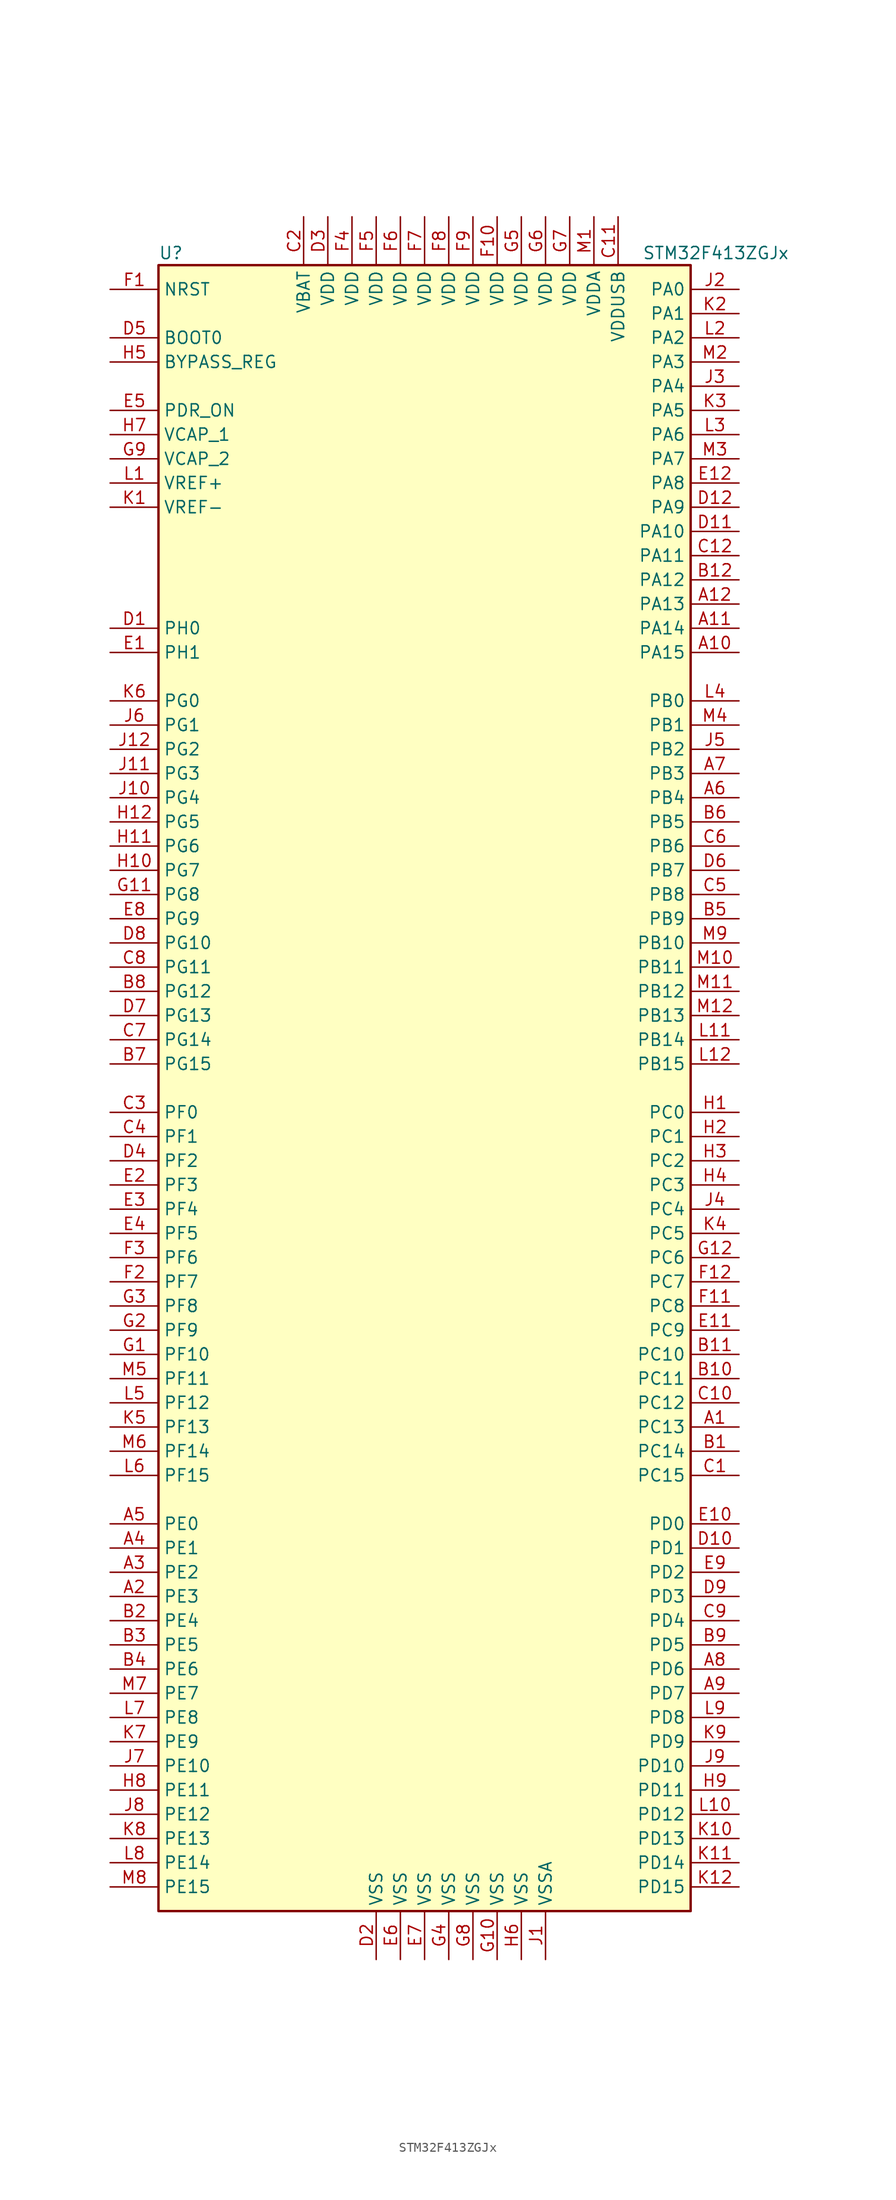
<source format=kicad_sym>
(kicad_symbol_lib
  (version 20201005)
  (generator kicad_symbol_editor)
  (symbol "STM32F413ZGJx"
    (property "Reference" "U"
      (at -27.94 87.63 0)
      (effects (font (size 1.27 1.27)) (justify left)))
    (property "Value" "STM32F413ZGJx"
      (at 22.86 87.63 0)
      (effects (font (size 1.27 1.27)) (justify left)))
    (symbol "STM32F413ZGJx_0_1"
      (rectangle (start -27.94 -86.36) (end 27.94 86.36) (stroke (width 0.254)) (fill (type background))))
    (symbol "STM32F413ZGJx_1_1"
      (pin bidirectional line (at 33.02 -35.56 180) (length 5.08) (name "PC13" (effects (font (size 1.27 1.27)))) (number "A1" (effects (font (size 1.27 1.27)))))
      (pin bidirectional line (at 33.02 45.72 180) (length 5.08) (name "PA15" (effects (font (size 1.27 1.27)))) (number "A10" (effects (font (size 1.27 1.27)))))
      (pin bidirectional line (at 33.02 48.26 180) (length 5.08) (name "PA14" (effects (font (size 1.27 1.27)))) (number "A11" (effects (font (size 1.27 1.27)))))
      (pin bidirectional line (at 33.02 50.8 180) (length 5.08) (name "PA13" (effects (font (size 1.27 1.27)))) (number "A12" (effects (font (size 1.27 1.27)))))
      (pin bidirectional line (at -33.02 -53.34 0) (length 5.08) (name "PE3" (effects (font (size 1.27 1.27)))) (number "A2" (effects (font (size 1.27 1.27)))))
      (pin bidirectional line (at -33.02 -50.8 0) (length 5.08) (name "PE2" (effects (font (size 1.27 1.27)))) (number "A3" (effects (font (size 1.27 1.27)))))
      (pin bidirectional line (at -33.02 -48.26 0) (length 5.08) (name "PE1" (effects (font (size 1.27 1.27)))) (number "A4" (effects (font (size 1.27 1.27)))))
      (pin bidirectional line (at -33.02 -45.72 0) (length 5.08) (name "PE0" (effects (font (size 1.27 1.27)))) (number "A5" (effects (font (size 1.27 1.27)))))
      (pin bidirectional line (at 33.02 30.48 180) (length 5.08) (name "PB4" (effects (font (size 1.27 1.27)))) (number "A6" (effects (font (size 1.27 1.27)))))
      (pin bidirectional line (at 33.02 33.02 180) (length 5.08) (name "PB3" (effects (font (size 1.27 1.27)))) (number "A7" (effects (font (size 1.27 1.27)))))
      (pin bidirectional line (at 33.02 -60.96 180) (length 5.08) (name "PD6" (effects (font (size 1.27 1.27)))) (number "A8" (effects (font (size 1.27 1.27)))))
      (pin bidirectional line (at 33.02 -63.5 180) (length 5.08) (name "PD7" (effects (font (size 1.27 1.27)))) (number "A9" (effects (font (size 1.27 1.27)))))
      (pin bidirectional line (at 33.02 -38.1 180) (length 5.08) (name "PC14" (effects (font (size 1.27 1.27)))) (number "B1" (effects (font (size 1.27 1.27)))))
      (pin bidirectional line (at 33.02 -30.48 180) (length 5.08) (name "PC11" (effects (font (size 1.27 1.27)))) (number "B10" (effects (font (size 1.27 1.27)))))
      (pin bidirectional line (at 33.02 -27.94 180) (length 5.08) (name "PC10" (effects (font (size 1.27 1.27)))) (number "B11" (effects (font (size 1.27 1.27)))))
      (pin bidirectional line (at 33.02 53.34 180) (length 5.08) (name "PA12" (effects (font (size 1.27 1.27)))) (number "B12" (effects (font (size 1.27 1.27)))))
      (pin bidirectional line (at -33.02 -55.88 0) (length 5.08) (name "PE4" (effects (font (size 1.27 1.27)))) (number "B2" (effects (font (size 1.27 1.27)))))
      (pin bidirectional line (at -33.02 -58.42 0) (length 5.08) (name "PE5" (effects (font (size 1.27 1.27)))) (number "B3" (effects (font (size 1.27 1.27)))))
      (pin bidirectional line (at -33.02 -60.96 0) (length 5.08) (name "PE6" (effects (font (size 1.27 1.27)))) (number "B4" (effects (font (size 1.27 1.27)))))
      (pin bidirectional line (at 33.02 17.78 180) (length 5.08) (name "PB9" (effects (font (size 1.27 1.27)))) (number "B5" (effects (font (size 1.27 1.27)))))
      (pin bidirectional line (at 33.02 27.94 180) (length 5.08) (name "PB5" (effects (font (size 1.27 1.27)))) (number "B6" (effects (font (size 1.27 1.27)))))
      (pin bidirectional line (at -33.02 2.54 0) (length 5.08) (name "PG15" (effects (font (size 1.27 1.27)))) (number "B7" (effects (font (size 1.27 1.27)))))
      (pin bidirectional line (at -33.02 10.16 0) (length 5.08) (name "PG12" (effects (font (size 1.27 1.27)))) (number "B8" (effects (font (size 1.27 1.27)))))
      (pin bidirectional line (at 33.02 -58.42 180) (length 5.08) (name "PD5" (effects (font (size 1.27 1.27)))) (number "B9" (effects (font (size 1.27 1.27)))))
      (pin bidirectional line (at 33.02 -40.64 180) (length 5.08) (name "PC15" (effects (font (size 1.27 1.27)))) (number "C1" (effects (font (size 1.27 1.27)))))
      (pin bidirectional line (at 33.02 -33.02 180) (length 5.08) (name "PC12" (effects (font (size 1.27 1.27)))) (number "C10" (effects (font (size 1.27 1.27)))))
      (pin power_in line (at 20.32 91.44 270) (length 5.08) (name "VDDUSB" (effects (font (size 1.27 1.27)))) (number "C11" (effects (font (size 1.27 1.27)))))
      (pin bidirectional line (at 33.02 55.88 180) (length 5.08) (name "PA11" (effects (font (size 1.27 1.27)))) (number "C12" (effects (font (size 1.27 1.27)))))
      (pin power_in line (at -12.7 91.44 270) (length 5.08) (name "VBAT" (effects (font (size 1.27 1.27)))) (number "C2" (effects (font (size 1.27 1.27)))))
      (pin bidirectional line (at -33.02 -2.54 0) (length 5.08) (name "PF0" (effects (font (size 1.27 1.27)))) (number "C3" (effects (font (size 1.27 1.27)))))
      (pin bidirectional line (at -33.02 -5.08 0) (length 5.08) (name "PF1" (effects (font (size 1.27 1.27)))) (number "C4" (effects (font (size 1.27 1.27)))))
      (pin bidirectional line (at 33.02 20.32 180) (length 5.08) (name "PB8" (effects (font (size 1.27 1.27)))) (number "C5" (effects (font (size 1.27 1.27)))))
      (pin bidirectional line (at 33.02 25.4 180) (length 5.08) (name "PB6" (effects (font (size 1.27 1.27)))) (number "C6" (effects (font (size 1.27 1.27)))))
      (pin bidirectional line (at -33.02 5.08 0) (length 5.08) (name "PG14" (effects (font (size 1.27 1.27)))) (number "C7" (effects (font (size 1.27 1.27)))))
      (pin bidirectional line (at -33.02 12.7 0) (length 5.08) (name "PG11" (effects (font (size 1.27 1.27)))) (number "C8" (effects (font (size 1.27 1.27)))))
      (pin bidirectional line (at 33.02 -55.88 180) (length 5.08) (name "PD4" (effects (font (size 1.27 1.27)))) (number "C9" (effects (font (size 1.27 1.27)))))
      (pin input line (at -33.02 48.26 0) (length 5.08) (name "PH0" (effects (font (size 1.27 1.27)))) (number "D1" (effects (font (size 1.27 1.27)))))
      (pin bidirectional line (at 33.02 -48.26 180) (length 5.08) (name "PD1" (effects (font (size 1.27 1.27)))) (number "D10" (effects (font (size 1.27 1.27)))))
      (pin bidirectional line (at 33.02 58.42 180) (length 5.08) (name "PA10" (effects (font (size 1.27 1.27)))) (number "D11" (effects (font (size 1.27 1.27)))))
      (pin bidirectional line (at 33.02 60.96 180) (length 5.08) (name "PA9" (effects (font (size 1.27 1.27)))) (number "D12" (effects (font (size 1.27 1.27)))))
      (pin power_in line (at -5.08 -91.44 90) (length 5.08) (name "VSS" (effects (font (size 1.27 1.27)))) (number "D2" (effects (font (size 1.27 1.27)))))
      (pin power_in line (at -10.16 91.44 270) (length 5.08) (name "VDD" (effects (font (size 1.27 1.27)))) (number "D3" (effects (font (size 1.27 1.27)))))
      (pin bidirectional line (at -33.02 -7.62 0) (length 5.08) (name "PF2" (effects (font (size 1.27 1.27)))) (number "D4" (effects (font (size 1.27 1.27)))))
      (pin input line (at -33.02 78.74 0) (length 5.08) (name "BOOT0" (effects (font (size 1.27 1.27)))) (number "D5" (effects (font (size 1.27 1.27)))))
      (pin bidirectional line (at 33.02 22.86 180) (length 5.08) (name "PB7" (effects (font (size 1.27 1.27)))) (number "D6" (effects (font (size 1.27 1.27)))))
      (pin bidirectional line (at -33.02 7.62 0) (length 5.08) (name "PG13" (effects (font (size 1.27 1.27)))) (number "D7" (effects (font (size 1.27 1.27)))))
      (pin bidirectional line (at -33.02 15.24 0) (length 5.08) (name "PG10" (effects (font (size 1.27 1.27)))) (number "D8" (effects (font (size 1.27 1.27)))))
      (pin bidirectional line (at 33.02 -53.34 180) (length 5.08) (name "PD3" (effects (font (size 1.27 1.27)))) (number "D9" (effects (font (size 1.27 1.27)))))
      (pin input line (at -33.02 45.72 0) (length 5.08) (name "PH1" (effects (font (size 1.27 1.27)))) (number "E1" (effects (font (size 1.27 1.27)))))
      (pin bidirectional line (at 33.02 -45.72 180) (length 5.08) (name "PD0" (effects (font (size 1.27 1.27)))) (number "E10" (effects (font (size 1.27 1.27)))))
      (pin bidirectional line (at 33.02 -25.4 180) (length 5.08) (name "PC9" (effects (font (size 1.27 1.27)))) (number "E11" (effects (font (size 1.27 1.27)))))
      (pin bidirectional line (at 33.02 63.5 180) (length 5.08) (name "PA8" (effects (font (size 1.27 1.27)))) (number "E12" (effects (font (size 1.27 1.27)))))
      (pin bidirectional line (at -33.02 -10.16 0) (length 5.08) (name "PF3" (effects (font (size 1.27 1.27)))) (number "E2" (effects (font (size 1.27 1.27)))))
      (pin bidirectional line (at -33.02 -12.7 0) (length 5.08) (name "PF4" (effects (font (size 1.27 1.27)))) (number "E3" (effects (font (size 1.27 1.27)))))
      (pin bidirectional line (at -33.02 -15.24 0) (length 5.08) (name "PF5" (effects (font (size 1.27 1.27)))) (number "E4" (effects (font (size 1.27 1.27)))))
      (pin power_in line (at -33.02 71.12 0) (length 5.08) (name "PDR_ON" (effects (font (size 1.27 1.27)))) (number "E5" (effects (font (size 1.27 1.27)))))
      (pin power_in line (at -2.54 -91.44 90) (length 5.08) (name "VSS" (effects (font (size 1.27 1.27)))) (number "E6" (effects (font (size 1.27 1.27)))))
      (pin power_in line (at 0 -91.44 90) (length 5.08) (name "VSS" (effects (font (size 1.27 1.27)))) (number "E7" (effects (font (size 1.27 1.27)))))
      (pin bidirectional line (at -33.02 17.78 0) (length 5.08) (name "PG9" (effects (font (size 1.27 1.27)))) (number "E8" (effects (font (size 1.27 1.27)))))
      (pin bidirectional line (at 33.02 -50.8 180) (length 5.08) (name "PD2" (effects (font (size 1.27 1.27)))) (number "E9" (effects (font (size 1.27 1.27)))))
      (pin input line (at -33.02 83.82 0) (length 5.08) (name "NRST" (effects (font (size 1.27 1.27)))) (number "F1" (effects (font (size 1.27 1.27)))))
      (pin power_in line (at 7.62 91.44 270) (length 5.08) (name "VDD" (effects (font (size 1.27 1.27)))) (number "F10" (effects (font (size 1.27 1.27)))))
      (pin bidirectional line (at 33.02 -22.86 180) (length 5.08) (name "PC8" (effects (font (size 1.27 1.27)))) (number "F11" (effects (font (size 1.27 1.27)))))
      (pin bidirectional line (at 33.02 -20.32 180) (length 5.08) (name "PC7" (effects (font (size 1.27 1.27)))) (number "F12" (effects (font (size 1.27 1.27)))))
      (pin bidirectional line (at -33.02 -20.32 0) (length 5.08) (name "PF7" (effects (font (size 1.27 1.27)))) (number "F2" (effects (font (size 1.27 1.27)))))
      (pin bidirectional line (at -33.02 -17.78 0) (length 5.08) (name "PF6" (effects (font (size 1.27 1.27)))) (number "F3" (effects (font (size 1.27 1.27)))))
      (pin power_in line (at -7.62 91.44 270) (length 5.08) (name "VDD" (effects (font (size 1.27 1.27)))) (number "F4" (effects (font (size 1.27 1.27)))))
      (pin power_in line (at -5.08 91.44 270) (length 5.08) (name "VDD" (effects (font (size 1.27 1.27)))) (number "F5" (effects (font (size 1.27 1.27)))))
      (pin power_in line (at -2.54 91.44 270) (length 5.08) (name "VDD" (effects (font (size 1.27 1.27)))) (number "F6" (effects (font (size 1.27 1.27)))))
      (pin power_in line (at 0 91.44 270) (length 5.08) (name "VDD" (effects (font (size 1.27 1.27)))) (number "F7" (effects (font (size 1.27 1.27)))))
      (pin power_in line (at 2.54 91.44 270) (length 5.08) (name "VDD" (effects (font (size 1.27 1.27)))) (number "F8" (effects (font (size 1.27 1.27)))))
      (pin power_in line (at 5.08 91.44 270) (length 5.08) (name "VDD" (effects (font (size 1.27 1.27)))) (number "F9" (effects (font (size 1.27 1.27)))))
      (pin bidirectional line (at -33.02 -27.94 0) (length 5.08) (name "PF10" (effects (font (size 1.27 1.27)))) (number "G1" (effects (font (size 1.27 1.27)))))
      (pin power_in line (at 7.62 -91.44 90) (length 5.08) (name "VSS" (effects (font (size 1.27 1.27)))) (number "G10" (effects (font (size 1.27 1.27)))))
      (pin bidirectional line (at -33.02 20.32 0) (length 5.08) (name "PG8" (effects (font (size 1.27 1.27)))) (number "G11" (effects (font (size 1.27 1.27)))))
      (pin bidirectional line (at 33.02 -17.78 180) (length 5.08) (name "PC6" (effects (font (size 1.27 1.27)))) (number "G12" (effects (font (size 1.27 1.27)))))
      (pin bidirectional line (at -33.02 -25.4 0) (length 5.08) (name "PF9" (effects (font (size 1.27 1.27)))) (number "G2" (effects (font (size 1.27 1.27)))))
      (pin bidirectional line (at -33.02 -22.86 0) (length 5.08) (name "PF8" (effects (font (size 1.27 1.27)))) (number "G3" (effects (font (size 1.27 1.27)))))
      (pin power_in line (at 2.54 -91.44 90) (length 5.08) (name "VSS" (effects (font (size 1.27 1.27)))) (number "G4" (effects (font (size 1.27 1.27)))))
      (pin power_in line (at 10.16 91.44 270) (length 5.08) (name "VDD" (effects (font (size 1.27 1.27)))) (number "G5" (effects (font (size 1.27 1.27)))))
      (pin power_in line (at 12.7 91.44 270) (length 5.08) (name "VDD" (effects (font (size 1.27 1.27)))) (number "G6" (effects (font (size 1.27 1.27)))))
      (pin power_in line (at 15.24 91.44 270) (length 5.08) (name "VDD" (effects (font (size 1.27 1.27)))) (number "G7" (effects (font (size 1.27 1.27)))))
      (pin power_in line (at 5.08 -91.44 90) (length 5.08) (name "VSS" (effects (font (size 1.27 1.27)))) (number "G8" (effects (font (size 1.27 1.27)))))
      (pin power_in line (at -33.02 66.04 0) (length 5.08) (name "VCAP_2" (effects (font (size 1.27 1.27)))) (number "G9" (effects (font (size 1.27 1.27)))))
      (pin bidirectional line (at 33.02 -2.54 180) (length 5.08) (name "PC0" (effects (font (size 1.27 1.27)))) (number "H1" (effects (font (size 1.27 1.27)))))
      (pin bidirectional line (at -33.02 22.86 0) (length 5.08) (name "PG7" (effects (font (size 1.27 1.27)))) (number "H10" (effects (font (size 1.27 1.27)))))
      (pin bidirectional line (at -33.02 25.4 0) (length 5.08) (name "PG6" (effects (font (size 1.27 1.27)))) (number "H11" (effects (font (size 1.27 1.27)))))
      (pin bidirectional line (at -33.02 27.94 0) (length 5.08) (name "PG5" (effects (font (size 1.27 1.27)))) (number "H12" (effects (font (size 1.27 1.27)))))
      (pin bidirectional line (at 33.02 -5.08 180) (length 5.08) (name "PC1" (effects (font (size 1.27 1.27)))) (number "H2" (effects (font (size 1.27 1.27)))))
      (pin bidirectional line (at 33.02 -7.62 180) (length 5.08) (name "PC2" (effects (font (size 1.27 1.27)))) (number "H3" (effects (font (size 1.27 1.27)))))
      (pin bidirectional line (at 33.02 -10.16 180) (length 5.08) (name "PC3" (effects (font (size 1.27 1.27)))) (number "H4" (effects (font (size 1.27 1.27)))))
      (pin input line (at -33.02 76.2 0) (length 5.08) (name "BYPASS_REG" (effects (font (size 1.27 1.27)))) (number "H5" (effects (font (size 1.27 1.27)))))
      (pin power_in line (at 10.16 -91.44 90) (length 5.08) (name "VSS" (effects (font (size 1.27 1.27)))) (number "H6" (effects (font (size 1.27 1.27)))))
      (pin power_in line (at -33.02 68.58 0) (length 5.08) (name "VCAP_1" (effects (font (size 1.27 1.27)))) (number "H7" (effects (font (size 1.27 1.27)))))
      (pin bidirectional line (at -33.02 -73.66 0) (length 5.08) (name "PE11" (effects (font (size 1.27 1.27)))) (number "H8" (effects (font (size 1.27 1.27)))))
      (pin bidirectional line (at 33.02 -73.66 180) (length 5.08) (name "PD11" (effects (font (size 1.27 1.27)))) (number "H9" (effects (font (size 1.27 1.27)))))
      (pin power_in line (at 12.7 -91.44 90) (length 5.08) (name "VSSA" (effects (font (size 1.27 1.27)))) (number "J1" (effects (font (size 1.27 1.27)))))
      (pin bidirectional line (at -33.02 30.48 0) (length 5.08) (name "PG4" (effects (font (size 1.27 1.27)))) (number "J10" (effects (font (size 1.27 1.27)))))
      (pin bidirectional line (at -33.02 33.02 0) (length 5.08) (name "PG3" (effects (font (size 1.27 1.27)))) (number "J11" (effects (font (size 1.27 1.27)))))
      (pin bidirectional line (at -33.02 35.56 0) (length 5.08) (name "PG2" (effects (font (size 1.27 1.27)))) (number "J12" (effects (font (size 1.27 1.27)))))
      (pin bidirectional line (at 33.02 83.82 180) (length 5.08) (name "PA0" (effects (font (size 1.27 1.27)))) (number "J2" (effects (font (size 1.27 1.27)))))
      (pin bidirectional line (at 33.02 73.66 180) (length 5.08) (name "PA4" (effects (font (size 1.27 1.27)))) (number "J3" (effects (font (size 1.27 1.27)))))
      (pin bidirectional line (at 33.02 -12.7 180) (length 5.08) (name "PC4" (effects (font (size 1.27 1.27)))) (number "J4" (effects (font (size 1.27 1.27)))))
      (pin bidirectional line (at 33.02 35.56 180) (length 5.08) (name "PB2" (effects (font (size 1.27 1.27)))) (number "J5" (effects (font (size 1.27 1.27)))))
      (pin bidirectional line (at -33.02 38.1 0) (length 5.08) (name "PG1" (effects (font (size 1.27 1.27)))) (number "J6" (effects (font (size 1.27 1.27)))))
      (pin bidirectional line (at -33.02 -71.12 0) (length 5.08) (name "PE10" (effects (font (size 1.27 1.27)))) (number "J7" (effects (font (size 1.27 1.27)))))
      (pin bidirectional line (at -33.02 -76.2 0) (length 5.08) (name "PE12" (effects (font (size 1.27 1.27)))) (number "J8" (effects (font (size 1.27 1.27)))))
      (pin bidirectional line (at 33.02 -71.12 180) (length 5.08) (name "PD10" (effects (font (size 1.27 1.27)))) (number "J9" (effects (font (size 1.27 1.27)))))
      (pin power_in line (at -33.02 60.96 0) (length 5.08) (name "VREF-" (effects (font (size 1.27 1.27)))) (number "K1" (effects (font (size 1.27 1.27)))))
      (pin bidirectional line (at 33.02 -78.74 180) (length 5.08) (name "PD13" (effects (font (size 1.27 1.27)))) (number "K10" (effects (font (size 1.27 1.27)))))
      (pin bidirectional line (at 33.02 -81.28 180) (length 5.08) (name "PD14" (effects (font (size 1.27 1.27)))) (number "K11" (effects (font (size 1.27 1.27)))))
      (pin bidirectional line (at 33.02 -83.82 180) (length 5.08) (name "PD15" (effects (font (size 1.27 1.27)))) (number "K12" (effects (font (size 1.27 1.27)))))
      (pin bidirectional line (at 33.02 81.28 180) (length 5.08) (name "PA1" (effects (font (size 1.27 1.27)))) (number "K2" (effects (font (size 1.27 1.27)))))
      (pin bidirectional line (at 33.02 71.12 180) (length 5.08) (name "PA5" (effects (font (size 1.27 1.27)))) (number "K3" (effects (font (size 1.27 1.27)))))
      (pin bidirectional line (at 33.02 -15.24 180) (length 5.08) (name "PC5" (effects (font (size 1.27 1.27)))) (number "K4" (effects (font (size 1.27 1.27)))))
      (pin bidirectional line (at -33.02 -35.56 0) (length 5.08) (name "PF13" (effects (font (size 1.27 1.27)))) (number "K5" (effects (font (size 1.27 1.27)))))
      (pin bidirectional line (at -33.02 40.64 0) (length 5.08) (name "PG0" (effects (font (size 1.27 1.27)))) (number "K6" (effects (font (size 1.27 1.27)))))
      (pin bidirectional line (at -33.02 -68.58 0) (length 5.08) (name "PE9" (effects (font (size 1.27 1.27)))) (number "K7" (effects (font (size 1.27 1.27)))))
      (pin bidirectional line (at -33.02 -78.74 0) (length 5.08) (name "PE13" (effects (font (size 1.27 1.27)))) (number "K8" (effects (font (size 1.27 1.27)))))
      (pin bidirectional line (at 33.02 -68.58 180) (length 5.08) (name "PD9" (effects (font (size 1.27 1.27)))) (number "K9" (effects (font (size 1.27 1.27)))))
      (pin power_in line (at -33.02 63.5 0) (length 5.08) (name "VREF+" (effects (font (size 1.27 1.27)))) (number "L1" (effects (font (size 1.27 1.27)))))
      (pin bidirectional line (at 33.02 -76.2 180) (length 5.08) (name "PD12" (effects (font (size 1.27 1.27)))) (number "L10" (effects (font (size 1.27 1.27)))))
      (pin bidirectional line (at 33.02 5.08 180) (length 5.08) (name "PB14" (effects (font (size 1.27 1.27)))) (number "L11" (effects (font (size 1.27 1.27)))))
      (pin bidirectional line (at 33.02 2.54 180) (length 5.08) (name "PB15" (effects (font (size 1.27 1.27)))) (number "L12" (effects (font (size 1.27 1.27)))))
      (pin bidirectional line (at 33.02 78.74 180) (length 5.08) (name "PA2" (effects (font (size 1.27 1.27)))) (number "L2" (effects (font (size 1.27 1.27)))))
      (pin bidirectional line (at 33.02 68.58 180) (length 5.08) (name "PA6" (effects (font (size 1.27 1.27)))) (number "L3" (effects (font (size 1.27 1.27)))))
      (pin bidirectional line (at 33.02 40.64 180) (length 5.08) (name "PB0" (effects (font (size 1.27 1.27)))) (number "L4" (effects (font (size 1.27 1.27)))))
      (pin bidirectional line (at -33.02 -33.02 0) (length 5.08) (name "PF12" (effects (font (size 1.27 1.27)))) (number "L5" (effects (font (size 1.27 1.27)))))
      (pin bidirectional line (at -33.02 -40.64 0) (length 5.08) (name "PF15" (effects (font (size 1.27 1.27)))) (number "L6" (effects (font (size 1.27 1.27)))))
      (pin bidirectional line (at -33.02 -66.04 0) (length 5.08) (name "PE8" (effects (font (size 1.27 1.27)))) (number "L7" (effects (font (size 1.27 1.27)))))
      (pin bidirectional line (at -33.02 -81.28 0) (length 5.08) (name "PE14" (effects (font (size 1.27 1.27)))) (number "L8" (effects (font (size 1.27 1.27)))))
      (pin bidirectional line (at 33.02 -66.04 180) (length 5.08) (name "PD8" (effects (font (size 1.27 1.27)))) (number "L9" (effects (font (size 1.27 1.27)))))
      (pin power_in line (at 17.78 91.44 270) (length 5.08) (name "VDDA" (effects (font (size 1.27 1.27)))) (number "M1" (effects (font (size 1.27 1.27)))))
      (pin bidirectional line (at 33.02 12.7 180) (length 5.08) (name "PB11" (effects (font (size 1.27 1.27)))) (number "M10" (effects (font (size 1.27 1.27)))))
      (pin bidirectional line (at 33.02 10.16 180) (length 5.08) (name "PB12" (effects (font (size 1.27 1.27)))) (number "M11" (effects (font (size 1.27 1.27)))))
      (pin bidirectional line (at 33.02 7.62 180) (length 5.08) (name "PB13" (effects (font (size 1.27 1.27)))) (number "M12" (effects (font (size 1.27 1.27)))))
      (pin bidirectional line (at 33.02 76.2 180) (length 5.08) (name "PA3" (effects (font (size 1.27 1.27)))) (number "M2" (effects (font (size 1.27 1.27)))))
      (pin bidirectional line (at 33.02 66.04 180) (length 5.08) (name "PA7" (effects (font (size 1.27 1.27)))) (number "M3" (effects (font (size 1.27 1.27)))))
      (pin bidirectional line (at 33.02 38.1 180) (length 5.08) (name "PB1" (effects (font (size 1.27 1.27)))) (number "M4" (effects (font (size 1.27 1.27)))))
      (pin bidirectional line (at -33.02 -30.48 0) (length 5.08) (name "PF11" (effects (font (size 1.27 1.27)))) (number "M5" (effects (font (size 1.27 1.27)))))
      (pin bidirectional line (at -33.02 -38.1 0) (length 5.08) (name "PF14" (effects (font (size 1.27 1.27)))) (number "M6" (effects (font (size 1.27 1.27)))))
      (pin bidirectional line (at -33.02 -63.5 0) (length 5.08) (name "PE7" (effects (font (size 1.27 1.27)))) (number "M7" (effects (font (size 1.27 1.27)))))
      (pin bidirectional line (at -33.02 -83.82 0) (length 5.08) (name "PE15" (effects (font (size 1.27 1.27)))) (number "M8" (effects (font (size 1.27 1.27)))))
      (pin bidirectional line (at 33.02 15.24 180) (length 5.08) (name "PB10" (effects (font (size 1.27 1.27)))) (number "M9" (effects (font (size 1.27 1.27))))))))
</source>
